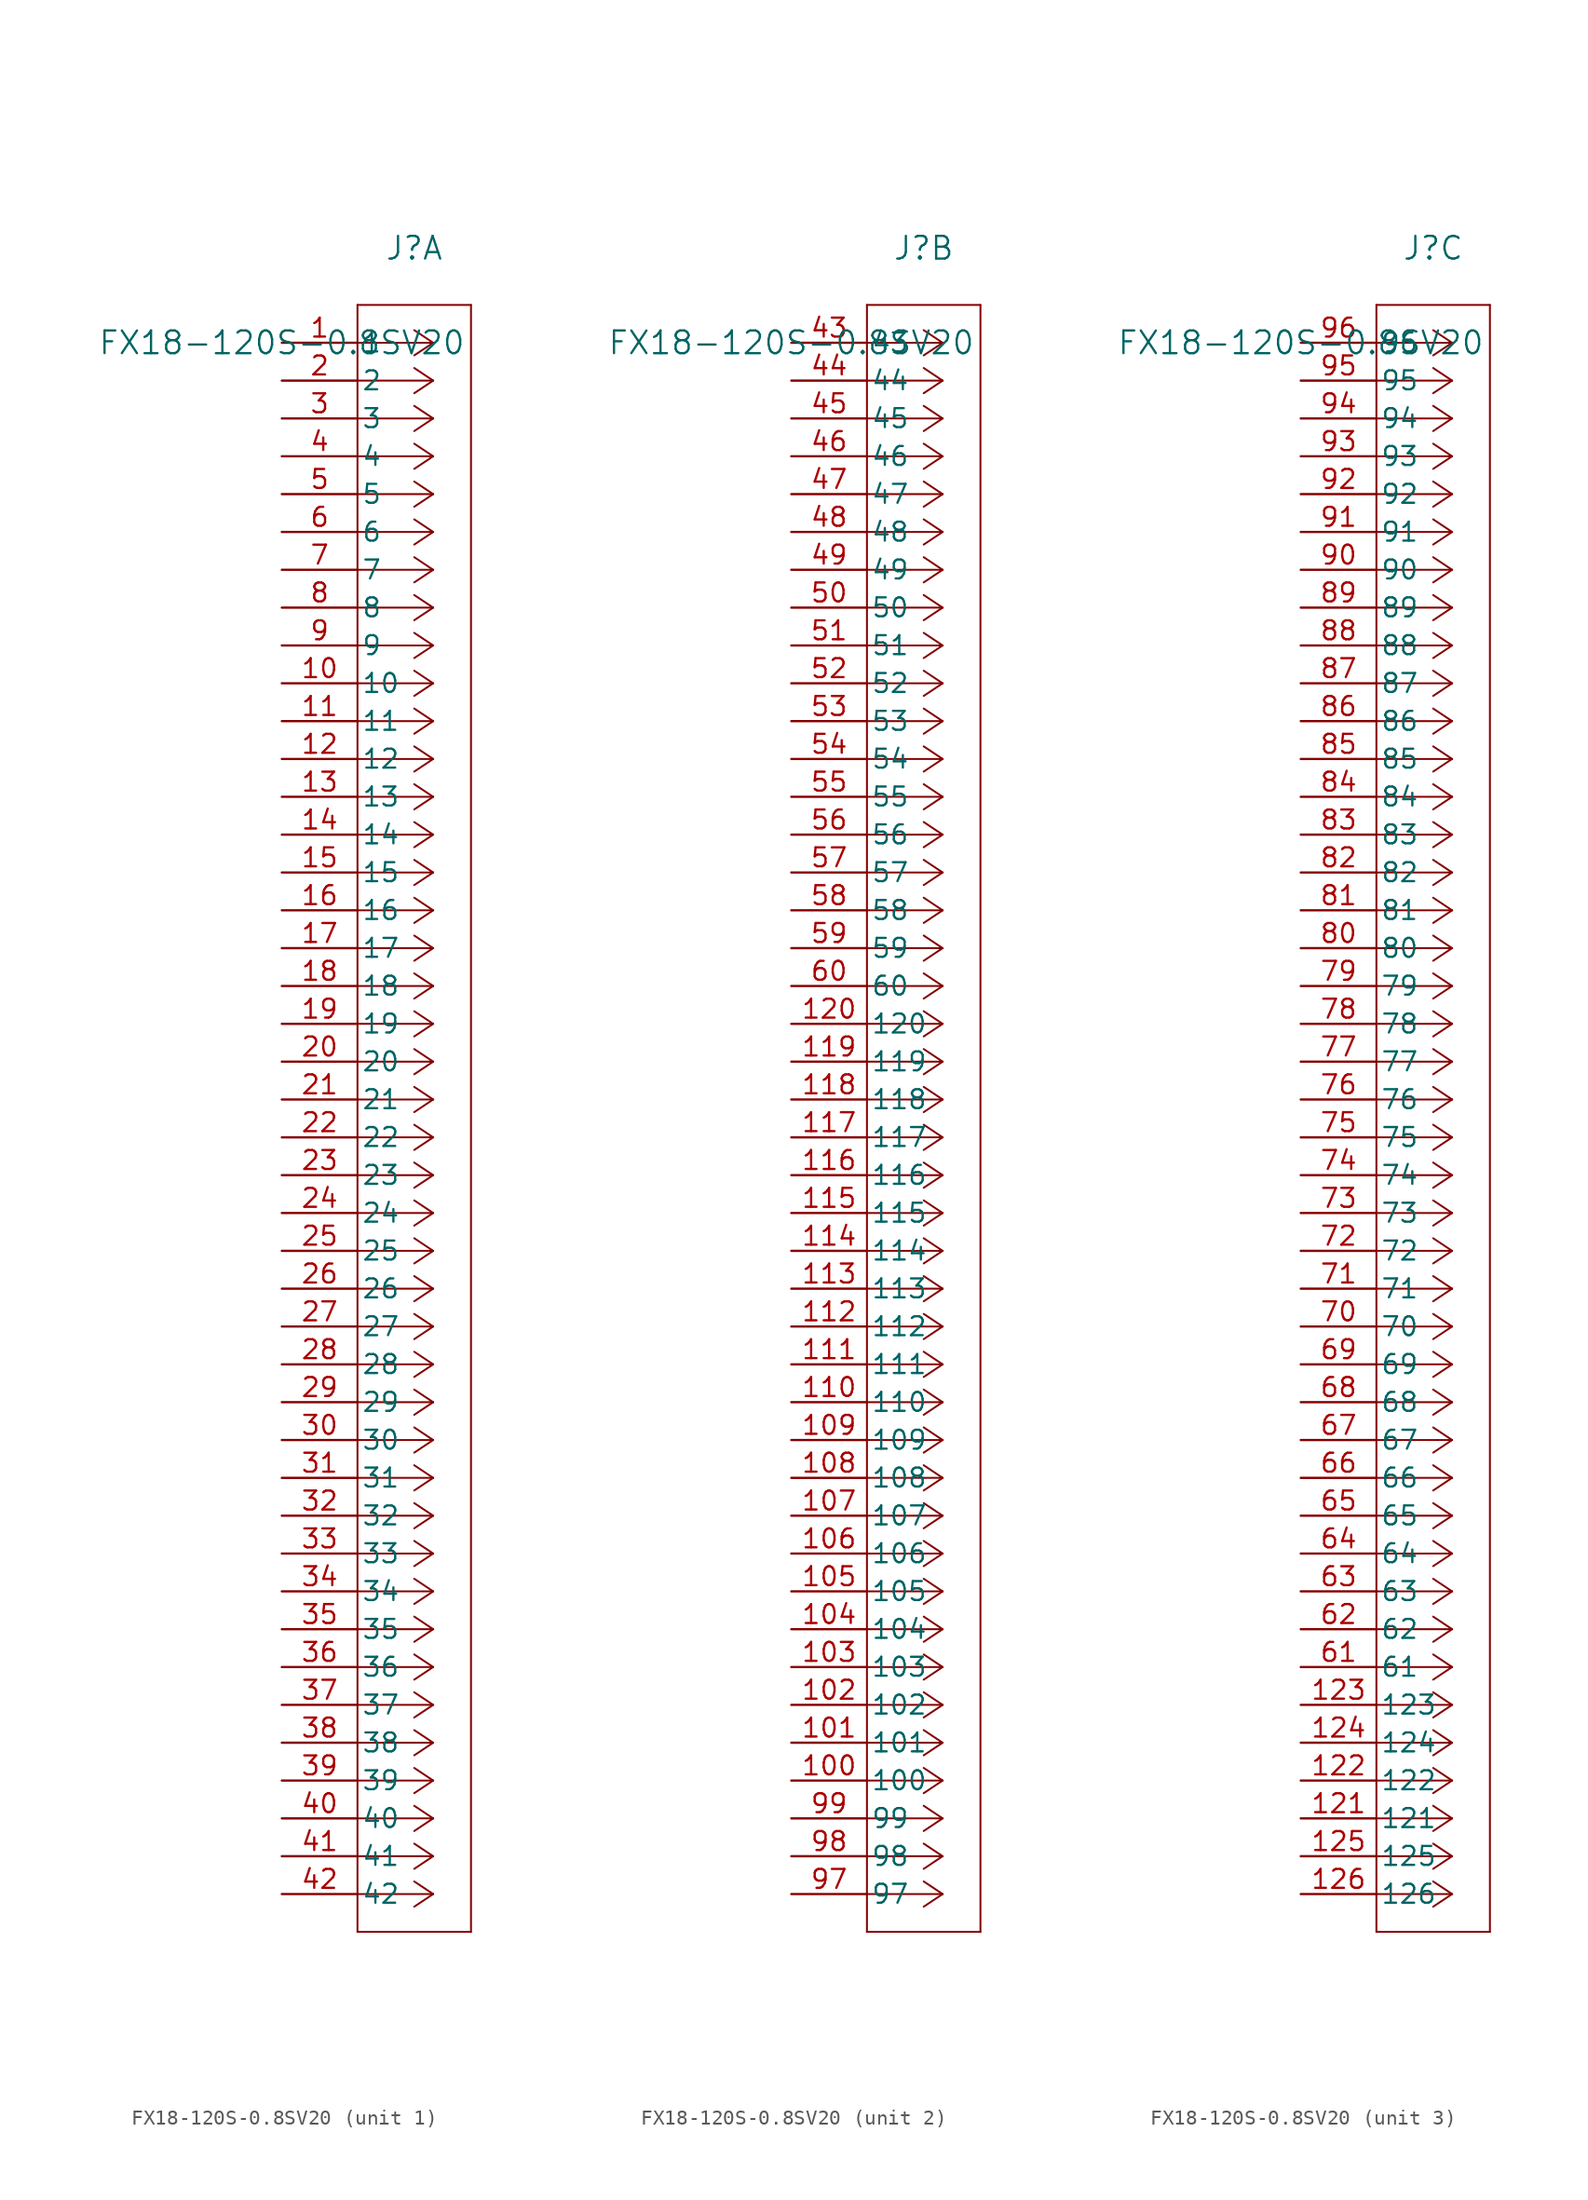
<source format=kicad_sym>
(kicad_symbol_lib
  (version 20231120)
  (generator "kicad_symbol_editor")
  (generator_version "8.0")
  (symbol "FX18-120S-0.8SV20"
    (pin_names
      (offset 0.254))
    (property "Reference" "J"
      (at 8.89 6.35 0)
      (effects (font (size 1.524 1.524))))
    (property "Value" "FX18-120S-0.8SV20"
      (at 0 0 0)
      (effects (font (size 1.524 1.524))))
    (property "ki_locked" ""
      (at 0 0 0)
      (effects (font (size 1.27 1.27))))
    (symbol "FX18-120S-0.8SV20_1_1"
      (polyline (pts (xy 5.08 -106.68) (xy 12.7 -106.68)) (stroke (width 0.127) (type default)) (fill (type none)))
      (polyline (pts (xy 5.08 2.54) (xy 5.08 -106.68)) (stroke (width 0.127) (type default)) (fill (type none)))
      (polyline (pts (xy 10.16 -104.14) (xy 5.08 -104.14)) (stroke (width 0.127) (type default)) (fill (type none)))
      (polyline (pts (xy 10.16 -104.14) (xy 8.89 -104.987)) (stroke (width 0.127) (type default)) (fill (type none)))
      (polyline (pts (xy 10.16 -104.14) (xy 8.89 -103.293)) (stroke (width 0.127) (type default)) (fill (type none)))
      (polyline (pts (xy 10.16 -101.6) (xy 5.08 -101.6)) (stroke (width 0.127) (type default)) (fill (type none)))
      (polyline (pts (xy 10.16 -101.6) (xy 8.89 -102.447)) (stroke (width 0.127) (type default)) (fill (type none)))
      (polyline (pts (xy 10.16 -101.6) (xy 8.89 -100.753)) (stroke (width 0.127) (type default)) (fill (type none)))
      (polyline (pts (xy 10.16 -99.06) (xy 5.08 -99.06)) (stroke (width 0.127) (type default)) (fill (type none)))
      (polyline (pts (xy 10.16 -99.06) (xy 8.89 -99.907)) (stroke (width 0.127) (type default)) (fill (type none)))
      (polyline (pts (xy 10.16 -99.06) (xy 8.89 -98.213)) (stroke (width 0.127) (type default)) (fill (type none)))
      (polyline (pts (xy 10.16 -96.52) (xy 5.08 -96.52)) (stroke (width 0.127) (type default)) (fill (type none)))
      (polyline (pts (xy 10.16 -96.52) (xy 8.89 -97.367)) (stroke (width 0.127) (type default)) (fill (type none)))
      (polyline (pts (xy 10.16 -96.52) (xy 8.89 -95.673)) (stroke (width 0.127) (type default)) (fill (type none)))
      (polyline (pts (xy 10.16 -93.98) (xy 5.08 -93.98)) (stroke (width 0.127) (type default)) (fill (type none)))
      (polyline (pts (xy 10.16 -93.98) (xy 8.89 -94.827)) (stroke (width 0.127) (type default)) (fill (type none)))
      (polyline (pts (xy 10.16 -93.98) (xy 8.89 -93.133)) (stroke (width 0.127) (type default)) (fill (type none)))
      (polyline (pts (xy 10.16 -91.44) (xy 5.08 -91.44)) (stroke (width 0.127) (type default)) (fill (type none)))
      (polyline (pts (xy 10.16 -91.44) (xy 8.89 -92.287)) (stroke (width 0.127) (type default)) (fill (type none)))
      (polyline (pts (xy 10.16 -91.44) (xy 8.89 -90.593)) (stroke (width 0.127) (type default)) (fill (type none)))
      (polyline (pts (xy 10.16 -88.9) (xy 5.08 -88.9)) (stroke (width 0.127) (type default)) (fill (type none)))
      (polyline (pts (xy 10.16 -88.9) (xy 8.89 -89.747)) (stroke (width 0.127) (type default)) (fill (type none)))
      (polyline (pts (xy 10.16 -88.9) (xy 8.89 -88.053)) (stroke (width 0.127) (type default)) (fill (type none)))
      (polyline (pts (xy 10.16 -86.36) (xy 5.08 -86.36)) (stroke (width 0.127) (type default)) (fill (type none)))
      (polyline (pts (xy 10.16 -86.36) (xy 8.89 -87.207)) (stroke (width 0.127) (type default)) (fill (type none)))
      (polyline (pts (xy 10.16 -86.36) (xy 8.89 -85.513)) (stroke (width 0.127) (type default)) (fill (type none)))
      (polyline (pts (xy 10.16 -83.82) (xy 5.08 -83.82)) (stroke (width 0.127) (type default)) (fill (type none)))
      (polyline (pts (xy 10.16 -83.82) (xy 8.89 -84.667)) (stroke (width 0.127) (type default)) (fill (type none)))
      (polyline (pts (xy 10.16 -83.82) (xy 8.89 -82.973)) (stroke (width 0.127) (type default)) (fill (type none)))
      (polyline (pts (xy 10.16 -81.28) (xy 5.08 -81.28)) (stroke (width 0.127) (type default)) (fill (type none)))
      (polyline (pts (xy 10.16 -81.28) (xy 8.89 -82.127)) (stroke (width 0.127) (type default)) (fill (type none)))
      (polyline (pts (xy 10.16 -81.28) (xy 8.89 -80.433)) (stroke (width 0.127) (type default)) (fill (type none)))
      (polyline (pts (xy 10.16 -78.74) (xy 5.08 -78.74)) (stroke (width 0.127) (type default)) (fill (type none)))
      (polyline (pts (xy 10.16 -78.74) (xy 8.89 -79.587)) (stroke (width 0.127) (type default)) (fill (type none)))
      (polyline (pts (xy 10.16 -78.74) (xy 8.89 -77.893)) (stroke (width 0.127) (type default)) (fill (type none)))
      (polyline (pts (xy 10.16 -76.2) (xy 5.08 -76.2)) (stroke (width 0.127) (type default)) (fill (type none)))
      (polyline (pts (xy 10.16 -76.2) (xy 8.89 -77.047)) (stroke (width 0.127) (type default)) (fill (type none)))
      (polyline (pts (xy 10.16 -76.2) (xy 8.89 -75.353)) (stroke (width 0.127) (type default)) (fill (type none)))
      (polyline (pts (xy 10.16 -73.66) (xy 5.08 -73.66)) (stroke (width 0.127) (type default)) (fill (type none)))
      (polyline (pts (xy 10.16 -73.66) (xy 8.89 -74.507)) (stroke (width 0.127) (type default)) (fill (type none)))
      (polyline (pts (xy 10.16 -73.66) (xy 8.89 -72.813)) (stroke (width 0.127) (type default)) (fill (type none)))
      (polyline (pts (xy 10.16 -71.12) (xy 5.08 -71.12)) (stroke (width 0.127) (type default)) (fill (type none)))
      (polyline (pts (xy 10.16 -71.12) (xy 8.89 -71.967)) (stroke (width 0.127) (type default)) (fill (type none)))
      (polyline (pts (xy 10.16 -71.12) (xy 8.89 -70.273)) (stroke (width 0.127) (type default)) (fill (type none)))
      (polyline (pts (xy 10.16 -68.58) (xy 5.08 -68.58)) (stroke (width 0.127) (type default)) (fill (type none)))
      (polyline (pts (xy 10.16 -68.58) (xy 8.89 -69.427)) (stroke (width 0.127) (type default)) (fill (type none)))
      (polyline (pts (xy 10.16 -68.58) (xy 8.89 -67.733)) (stroke (width 0.127) (type default)) (fill (type none)))
      (polyline (pts (xy 10.16 -66.04) (xy 5.08 -66.04)) (stroke (width 0.127) (type default)) (fill (type none)))
      (polyline (pts (xy 10.16 -66.04) (xy 8.89 -66.887)) (stroke (width 0.127) (type default)) (fill (type none)))
      (polyline (pts (xy 10.16 -66.04) (xy 8.89 -65.193)) (stroke (width 0.127) (type default)) (fill (type none)))
      (polyline (pts (xy 10.16 -63.5) (xy 5.08 -63.5)) (stroke (width 0.127) (type default)) (fill (type none)))
      (polyline (pts (xy 10.16 -63.5) (xy 8.89 -64.347)) (stroke (width 0.127) (type default)) (fill (type none)))
      (polyline (pts (xy 10.16 -63.5) (xy 8.89 -62.653)) (stroke (width 0.127) (type default)) (fill (type none)))
      (polyline (pts (xy 10.16 -60.96) (xy 5.08 -60.96)) (stroke (width 0.127) (type default)) (fill (type none)))
      (polyline (pts (xy 10.16 -60.96) (xy 8.89 -61.807)) (stroke (width 0.127) (type default)) (fill (type none)))
      (polyline (pts (xy 10.16 -60.96) (xy 8.89 -60.113)) (stroke (width 0.127) (type default)) (fill (type none)))
      (polyline (pts (xy 10.16 -58.42) (xy 5.08 -58.42)) (stroke (width 0.127) (type default)) (fill (type none)))
      (polyline (pts (xy 10.16 -58.42) (xy 8.89 -59.267)) (stroke (width 0.127) (type default)) (fill (type none)))
      (polyline (pts (xy 10.16 -58.42) (xy 8.89 -57.573)) (stroke (width 0.127) (type default)) (fill (type none)))
      (polyline (pts (xy 10.16 -55.88) (xy 5.08 -55.88)) (stroke (width 0.127) (type default)) (fill (type none)))
      (polyline (pts (xy 10.16 -55.88) (xy 8.89 -56.727)) (stroke (width 0.127) (type default)) (fill (type none)))
      (polyline (pts (xy 10.16 -55.88) (xy 8.89 -55.033)) (stroke (width 0.127) (type default)) (fill (type none)))
      (polyline (pts (xy 10.16 -53.34) (xy 5.08 -53.34)) (stroke (width 0.127) (type default)) (fill (type none)))
      (polyline (pts (xy 10.16 -53.34) (xy 8.89 -54.187)) (stroke (width 0.127) (type default)) (fill (type none)))
      (polyline (pts (xy 10.16 -53.34) (xy 8.89 -52.493)) (stroke (width 0.127) (type default)) (fill (type none)))
      (polyline (pts (xy 10.16 -50.8) (xy 5.08 -50.8)) (stroke (width 0.127) (type default)) (fill (type none)))
      (polyline (pts (xy 10.16 -50.8) (xy 8.89 -51.647)) (stroke (width 0.127) (type default)) (fill (type none)))
      (polyline (pts (xy 10.16 -50.8) (xy 8.89 -49.953)) (stroke (width 0.127) (type default)) (fill (type none)))
      (polyline (pts (xy 10.16 -48.26) (xy 5.08 -48.26)) (stroke (width 0.127) (type default)) (fill (type none)))
      (polyline (pts (xy 10.16 -48.26) (xy 8.89 -49.107)) (stroke (width 0.127) (type default)) (fill (type none)))
      (polyline (pts (xy 10.16 -48.26) (xy 8.89 -47.413)) (stroke (width 0.127) (type default)) (fill (type none)))
      (polyline (pts (xy 10.16 -45.72) (xy 5.08 -45.72)) (stroke (width 0.127) (type default)) (fill (type none)))
      (polyline (pts (xy 10.16 -45.72) (xy 8.89 -46.567)) (stroke (width 0.127) (type default)) (fill (type none)))
      (polyline (pts (xy 10.16 -45.72) (xy 8.89 -44.873)) (stroke (width 0.127) (type default)) (fill (type none)))
      (polyline (pts (xy 10.16 -43.18) (xy 5.08 -43.18)) (stroke (width 0.127) (type default)) (fill (type none)))
      (polyline (pts (xy 10.16 -43.18) (xy 8.89 -44.027)) (stroke (width 0.127) (type default)) (fill (type none)))
      (polyline (pts (xy 10.16 -43.18) (xy 8.89 -42.333)) (stroke (width 0.127) (type default)) (fill (type none)))
      (polyline (pts (xy 10.16 -40.64) (xy 5.08 -40.64)) (stroke (width 0.127) (type default)) (fill (type none)))
      (polyline (pts (xy 10.16 -40.64) (xy 8.89 -41.487)) (stroke (width 0.127) (type default)) (fill (type none)))
      (polyline (pts (xy 10.16 -40.64) (xy 8.89 -39.793)) (stroke (width 0.127) (type default)) (fill (type none)))
      (polyline (pts (xy 10.16 -38.1) (xy 5.08 -38.1)) (stroke (width 0.127) (type default)) (fill (type none)))
      (polyline (pts (xy 10.16 -38.1) (xy 8.89 -38.947)) (stroke (width 0.127) (type default)) (fill (type none)))
      (polyline (pts (xy 10.16 -38.1) (xy 8.89 -37.253)) (stroke (width 0.127) (type default)) (fill (type none)))
      (polyline (pts (xy 10.16 -35.56) (xy 5.08 -35.56)) (stroke (width 0.127) (type default)) (fill (type none)))
      (polyline (pts (xy 10.16 -35.56) (xy 8.89 -36.407)) (stroke (width 0.127) (type default)) (fill (type none)))
      (polyline (pts (xy 10.16 -35.56) (xy 8.89 -34.713)) (stroke (width 0.127) (type default)) (fill (type none)))
      (polyline (pts (xy 10.16 -33.02) (xy 5.08 -33.02)) (stroke (width 0.127) (type default)) (fill (type none)))
      (polyline (pts (xy 10.16 -33.02) (xy 8.89 -33.867)) (stroke (width 0.127) (type default)) (fill (type none)))
      (polyline (pts (xy 10.16 -33.02) (xy 8.89 -32.173)) (stroke (width 0.127) (type default)) (fill (type none)))
      (polyline (pts (xy 10.16 -30.48) (xy 5.08 -30.48)) (stroke (width 0.127) (type default)) (fill (type none)))
      (polyline (pts (xy 10.16 -30.48) (xy 8.89 -31.327)) (stroke (width 0.127) (type default)) (fill (type none)))
      (polyline (pts (xy 10.16 -30.48) (xy 8.89 -29.633)) (stroke (width 0.127) (type default)) (fill (type none)))
      (polyline (pts (xy 10.16 -27.94) (xy 5.08 -27.94)) (stroke (width 0.127) (type default)) (fill (type none)))
      (polyline (pts (xy 10.16 -27.94) (xy 8.89 -28.787)) (stroke (width 0.127) (type default)) (fill (type none)))
      (polyline (pts (xy 10.16 -27.94) (xy 8.89 -27.093)) (stroke (width 0.127) (type default)) (fill (type none)))
      (polyline (pts (xy 10.16 -25.4) (xy 5.08 -25.4)) (stroke (width 0.127) (type default)) (fill (type none)))
      (polyline (pts (xy 10.16 -25.4) (xy 8.89 -26.247)) (stroke (width 0.127) (type default)) (fill (type none)))
      (polyline (pts (xy 10.16 -25.4) (xy 8.89 -24.553)) (stroke (width 0.127) (type default)) (fill (type none)))
      (polyline (pts (xy 10.16 -22.86) (xy 5.08 -22.86)) (stroke (width 0.127) (type default)) (fill (type none)))
      (polyline (pts (xy 10.16 -22.86) (xy 8.89 -23.707)) (stroke (width 0.127) (type default)) (fill (type none)))
      (polyline (pts (xy 10.16 -22.86) (xy 8.89 -22.013)) (stroke (width 0.127) (type default)) (fill (type none)))
      (polyline (pts (xy 10.16 -20.32) (xy 5.08 -20.32)) (stroke (width 0.127) (type default)) (fill (type none)))
      (polyline (pts (xy 10.16 -20.32) (xy 8.89 -21.167)) (stroke (width 0.127) (type default)) (fill (type none)))
      (polyline (pts (xy 10.16 -20.32) (xy 8.89 -19.473)) (stroke (width 0.127) (type default)) (fill (type none)))
      (polyline (pts (xy 10.16 -17.78) (xy 5.08 -17.78)) (stroke (width 0.127) (type default)) (fill (type none)))
      (polyline (pts (xy 10.16 -17.78) (xy 8.89 -18.627)) (stroke (width 0.127) (type default)) (fill (type none)))
      (polyline (pts (xy 10.16 -17.78) (xy 8.89 -16.933)) (stroke (width 0.127) (type default)) (fill (type none)))
      (polyline (pts (xy 10.16 -15.24) (xy 5.08 -15.24)) (stroke (width 0.127) (type default)) (fill (type none)))
      (polyline (pts (xy 10.16 -15.24) (xy 8.89 -16.087)) (stroke (width 0.127) (type default)) (fill (type none)))
      (polyline (pts (xy 10.16 -15.24) (xy 8.89 -14.393)) (stroke (width 0.127) (type default)) (fill (type none)))
      (polyline (pts (xy 10.16 -12.7) (xy 5.08 -12.7)) (stroke (width 0.127) (type default)) (fill (type none)))
      (polyline (pts (xy 10.16 -12.7) (xy 8.89 -13.547)) (stroke (width 0.127) (type default)) (fill (type none)))
      (polyline (pts (xy 10.16 -12.7) (xy 8.89 -11.853)) (stroke (width 0.127) (type default)) (fill (type none)))
      (polyline (pts (xy 10.16 -10.16) (xy 5.08 -10.16)) (stroke (width 0.127) (type default)) (fill (type none)))
      (polyline (pts (xy 10.16 -10.16) (xy 8.89 -11.007)) (stroke (width 0.127) (type default)) (fill (type none)))
      (polyline (pts (xy 10.16 -10.16) (xy 8.89 -9.313)) (stroke (width 0.127) (type default)) (fill (type none)))
      (polyline (pts (xy 10.16 -7.62) (xy 5.08 -7.62)) (stroke (width 0.127) (type default)) (fill (type none)))
      (polyline (pts (xy 10.16 -7.62) (xy 8.89 -8.467)) (stroke (width 0.127) (type default)) (fill (type none)))
      (polyline (pts (xy 10.16 -7.62) (xy 8.89 -6.773)) (stroke (width 0.127) (type default)) (fill (type none)))
      (polyline (pts (xy 10.16 -5.08) (xy 5.08 -5.08)) (stroke (width 0.127) (type default)) (fill (type none)))
      (polyline (pts (xy 10.16 -5.08) (xy 8.89 -5.927)) (stroke (width 0.127) (type default)) (fill (type none)))
      (polyline (pts (xy 10.16 -5.08) (xy 8.89 -4.233)) (stroke (width 0.127) (type default)) (fill (type none)))
      (polyline (pts (xy 10.16 -2.54) (xy 5.08 -2.54)) (stroke (width 0.127) (type default)) (fill (type none)))
      (polyline (pts (xy 10.16 -2.54) (xy 8.89 -3.387)) (stroke (width 0.127) (type default)) (fill (type none)))
      (polyline (pts (xy 10.16 -2.54) (xy 8.89 -1.693)) (stroke (width 0.127) (type default)) (fill (type none)))
      (polyline (pts (xy 10.16 0) (xy 5.08 0)) (stroke (width 0.127) (type default)) (fill (type none)))
      (polyline (pts (xy 10.16 0) (xy 8.89 -0.847)) (stroke (width 0.127) (type default)) (fill (type none)))
      (polyline (pts (xy 10.16 0) (xy 8.89 0.847)) (stroke (width 0.127) (type default)) (fill (type none)))
      (polyline (pts (xy 12.7 -106.68) (xy 12.7 2.54)) (stroke (width 0.127) (type default)) (fill (type none)))
      (polyline (pts (xy 12.7 2.54) (xy 5.08 2.54)) (stroke (width 0.127) (type default)) (fill (type none)))
      (pin passive line (at 0 0 0) (length 5.08) (name "1" (effects (font (size 1.27 1.27)))) (number "1" (effects (font (size 1.27 1.27)))))
      (pin passive line (at 0 -22.86 0) (length 5.08) (name "10" (effects (font (size 1.27 1.27)))) (number "10" (effects (font (size 1.27 1.27)))))
      (pin passive line (at 0 -25.4 0) (length 5.08) (name "11" (effects (font (size 1.27 1.27)))) (number "11" (effects (font (size 1.27 1.27)))))
      (pin passive line (at 0 -27.94 0) (length 5.08) (name "12" (effects (font (size 1.27 1.27)))) (number "12" (effects (font (size 1.27 1.27)))))
      (pin passive line (at 0 -30.48 0) (length 5.08) (name "13" (effects (font (size 1.27 1.27)))) (number "13" (effects (font (size 1.27 1.27)))))
      (pin passive line (at 0 -33.02 0) (length 5.08) (name "14" (effects (font (size 1.27 1.27)))) (number "14" (effects (font (size 1.27 1.27)))))
      (pin passive line (at 0 -35.56 0) (length 5.08) (name "15" (effects (font (size 1.27 1.27)))) (number "15" (effects (font (size 1.27 1.27)))))
      (pin passive line (at 0 -38.1 0) (length 5.08) (name "16" (effects (font (size 1.27 1.27)))) (number "16" (effects (font (size 1.27 1.27)))))
      (pin passive line (at 0 -40.64 0) (length 5.08) (name "17" (effects (font (size 1.27 1.27)))) (number "17" (effects (font (size 1.27 1.27)))))
      (pin passive line (at 0 -43.18 0) (length 5.08) (name "18" (effects (font (size 1.27 1.27)))) (number "18" (effects (font (size 1.27 1.27)))))
      (pin passive line (at 0 -45.72 0) (length 5.08) (name "19" (effects (font (size 1.27 1.27)))) (number "19" (effects (font (size 1.27 1.27)))))
      (pin passive line (at 0 -2.54 0) (length 5.08) (name "2" (effects (font (size 1.27 1.27)))) (number "2" (effects (font (size 1.27 1.27)))))
      (pin passive line (at 0 -48.26 0) (length 5.08) (name "20" (effects (font (size 1.27 1.27)))) (number "20" (effects (font (size 1.27 1.27)))))
      (pin passive line (at 0 -50.8 0) (length 5.08) (name "21" (effects (font (size 1.27 1.27)))) (number "21" (effects (font (size 1.27 1.27)))))
      (pin passive line (at 0 -53.34 0) (length 5.08) (name "22" (effects (font (size 1.27 1.27)))) (number "22" (effects (font (size 1.27 1.27)))))
      (pin passive line (at 0 -55.88 0) (length 5.08) (name "23" (effects (font (size 1.27 1.27)))) (number "23" (effects (font (size 1.27 1.27)))))
      (pin passive line (at 0 -58.42 0) (length 5.08) (name "24" (effects (font (size 1.27 1.27)))) (number "24" (effects (font (size 1.27 1.27)))))
      (pin passive line (at 0 -60.96 0) (length 5.08) (name "25" (effects (font (size 1.27 1.27)))) (number "25" (effects (font (size 1.27 1.27)))))
      (pin passive line (at 0 -63.5 0) (length 5.08) (name "26" (effects (font (size 1.27 1.27)))) (number "26" (effects (font (size 1.27 1.27)))))
      (pin passive line (at 0 -66.04 0) (length 5.08) (name "27" (effects (font (size 1.27 1.27)))) (number "27" (effects (font (size 1.27 1.27)))))
      (pin passive line (at 0 -68.58 0) (length 5.08) (name "28" (effects (font (size 1.27 1.27)))) (number "28" (effects (font (size 1.27 1.27)))))
      (pin passive line (at 0 -71.12 0) (length 5.08) (name "29" (effects (font (size 1.27 1.27)))) (number "29" (effects (font (size 1.27 1.27)))))
      (pin passive line (at 0 -5.08 0) (length 5.08) (name "3" (effects (font (size 1.27 1.27)))) (number "3" (effects (font (size 1.27 1.27)))))
      (pin passive line (at 0 -73.66 0) (length 5.08) (name "30" (effects (font (size 1.27 1.27)))) (number "30" (effects (font (size 1.27 1.27)))))
      (pin passive line (at 0 -76.2 0) (length 5.08) (name "31" (effects (font (size 1.27 1.27)))) (number "31" (effects (font (size 1.27 1.27)))))
      (pin passive line (at 0 -78.74 0) (length 5.08) (name "32" (effects (font (size 1.27 1.27)))) (number "32" (effects (font (size 1.27 1.27)))))
      (pin passive line (at 0 -81.28 0) (length 5.08) (name "33" (effects (font (size 1.27 1.27)))) (number "33" (effects (font (size 1.27 1.27)))))
      (pin passive line (at 0 -83.82 0) (length 5.08) (name "34" (effects (font (size 1.27 1.27)))) (number "34" (effects (font (size 1.27 1.27)))))
      (pin passive line (at 0 -86.36 0) (length 5.08) (name "35" (effects (font (size 1.27 1.27)))) (number "35" (effects (font (size 1.27 1.27)))))
      (pin passive line (at 0 -88.9 0) (length 5.08) (name "36" (effects (font (size 1.27 1.27)))) (number "36" (effects (font (size 1.27 1.27)))))
      (pin passive line (at 0 -91.44 0) (length 5.08) (name "37" (effects (font (size 1.27 1.27)))) (number "37" (effects (font (size 1.27 1.27)))))
      (pin passive line (at 0 -93.98 0) (length 5.08) (name "38" (effects (font (size 1.27 1.27)))) (number "38" (effects (font (size 1.27 1.27)))))
      (pin passive line (at 0 -96.52 0) (length 5.08) (name "39" (effects (font (size 1.27 1.27)))) (number "39" (effects (font (size 1.27 1.27)))))
      (pin passive line (at 0 -7.62 0) (length 5.08) (name "4" (effects (font (size 1.27 1.27)))) (number "4" (effects (font (size 1.27 1.27)))))
      (pin passive line (at 0 -99.06 0) (length 5.08) (name "40" (effects (font (size 1.27 1.27)))) (number "40" (effects (font (size 1.27 1.27)))))
      (pin passive line (at 0 -101.6 0) (length 5.08) (name "41" (effects (font (size 1.27 1.27)))) (number "41" (effects (font (size 1.27 1.27)))))
      (pin passive line (at 0 -104.14 0) (length 5.08) (name "42" (effects (font (size 1.27 1.27)))) (number "42" (effects (font (size 1.27 1.27)))))
      (pin passive line (at 0 -10.16 0) (length 5.08) (name "5" (effects (font (size 1.27 1.27)))) (number "5" (effects (font (size 1.27 1.27)))))
      (pin passive line (at 0 -12.7 0) (length 5.08) (name "6" (effects (font (size 1.27 1.27)))) (number "6" (effects (font (size 1.27 1.27)))))
      (pin passive line (at 0 -15.24 0) (length 5.08) (name "7" (effects (font (size 1.27 1.27)))) (number "7" (effects (font (size 1.27 1.27)))))
      (pin passive line (at 0 -17.78 0) (length 5.08) (name "8" (effects (font (size 1.27 1.27)))) (number "8" (effects (font (size 1.27 1.27)))))
      (pin passive line (at 0 -20.32 0) (length 5.08) (name "9" (effects (font (size 1.27 1.27)))) (number "9" (effects (font (size 1.27 1.27))))))
    (symbol "FX18-120S-0.8SV20_2_1"
      (polyline (pts (xy 5.08 -106.68) (xy 12.7 -106.68)) (stroke (width 0.127) (type default)) (fill (type none)))
      (polyline (pts (xy 5.08 2.54) (xy 5.08 -106.68)) (stroke (width 0.127) (type default)) (fill (type none)))
      (polyline (pts (xy 10.16 -104.14) (xy 5.08 -104.14)) (stroke (width 0.127) (type default)) (fill (type none)))
      (polyline (pts (xy 10.16 -104.14) (xy 8.89 -104.987)) (stroke (width 0.127) (type default)) (fill (type none)))
      (polyline (pts (xy 10.16 -104.14) (xy 8.89 -103.293)) (stroke (width 0.127) (type default)) (fill (type none)))
      (polyline (pts (xy 10.16 -101.6) (xy 5.08 -101.6)) (stroke (width 0.127) (type default)) (fill (type none)))
      (polyline (pts (xy 10.16 -101.6) (xy 8.89 -102.447)) (stroke (width 0.127) (type default)) (fill (type none)))
      (polyline (pts (xy 10.16 -101.6) (xy 8.89 -100.753)) (stroke (width 0.127) (type default)) (fill (type none)))
      (polyline (pts (xy 10.16 -99.06) (xy 5.08 -99.06)) (stroke (width 0.127) (type default)) (fill (type none)))
      (polyline (pts (xy 10.16 -99.06) (xy 8.89 -99.907)) (stroke (width 0.127) (type default)) (fill (type none)))
      (polyline (pts (xy 10.16 -99.06) (xy 8.89 -98.213)) (stroke (width 0.127) (type default)) (fill (type none)))
      (polyline (pts (xy 10.16 -96.52) (xy 5.08 -96.52)) (stroke (width 0.127) (type default)) (fill (type none)))
      (polyline (pts (xy 10.16 -96.52) (xy 8.89 -97.367)) (stroke (width 0.127) (type default)) (fill (type none)))
      (polyline (pts (xy 10.16 -96.52) (xy 8.89 -95.673)) (stroke (width 0.127) (type default)) (fill (type none)))
      (polyline (pts (xy 10.16 -93.98) (xy 5.08 -93.98)) (stroke (width 0.127) (type default)) (fill (type none)))
      (polyline (pts (xy 10.16 -93.98) (xy 8.89 -94.827)) (stroke (width 0.127) (type default)) (fill (type none)))
      (polyline (pts (xy 10.16 -93.98) (xy 8.89 -93.133)) (stroke (width 0.127) (type default)) (fill (type none)))
      (polyline (pts (xy 10.16 -91.44) (xy 5.08 -91.44)) (stroke (width 0.127) (type default)) (fill (type none)))
      (polyline (pts (xy 10.16 -91.44) (xy 8.89 -92.287)) (stroke (width 0.127) (type default)) (fill (type none)))
      (polyline (pts (xy 10.16 -91.44) (xy 8.89 -90.593)) (stroke (width 0.127) (type default)) (fill (type none)))
      (polyline (pts (xy 10.16 -88.9) (xy 5.08 -88.9)) (stroke (width 0.127) (type default)) (fill (type none)))
      (polyline (pts (xy 10.16 -88.9) (xy 8.89 -89.747)) (stroke (width 0.127) (type default)) (fill (type none)))
      (polyline (pts (xy 10.16 -88.9) (xy 8.89 -88.053)) (stroke (width 0.127) (type default)) (fill (type none)))
      (polyline (pts (xy 10.16 -86.36) (xy 5.08 -86.36)) (stroke (width 0.127) (type default)) (fill (type none)))
      (polyline (pts (xy 10.16 -86.36) (xy 8.89 -87.207)) (stroke (width 0.127) (type default)) (fill (type none)))
      (polyline (pts (xy 10.16 -86.36) (xy 8.89 -85.513)) (stroke (width 0.127) (type default)) (fill (type none)))
      (polyline (pts (xy 10.16 -83.82) (xy 5.08 -83.82)) (stroke (width 0.127) (type default)) (fill (type none)))
      (polyline (pts (xy 10.16 -83.82) (xy 8.89 -84.667)) (stroke (width 0.127) (type default)) (fill (type none)))
      (polyline (pts (xy 10.16 -83.82) (xy 8.89 -82.973)) (stroke (width 0.127) (type default)) (fill (type none)))
      (polyline (pts (xy 10.16 -81.28) (xy 5.08 -81.28)) (stroke (width 0.127) (type default)) (fill (type none)))
      (polyline (pts (xy 10.16 -81.28) (xy 8.89 -82.127)) (stroke (width 0.127) (type default)) (fill (type none)))
      (polyline (pts (xy 10.16 -81.28) (xy 8.89 -80.433)) (stroke (width 0.127) (type default)) (fill (type none)))
      (polyline (pts (xy 10.16 -78.74) (xy 5.08 -78.74)) (stroke (width 0.127) (type default)) (fill (type none)))
      (polyline (pts (xy 10.16 -78.74) (xy 8.89 -79.587)) (stroke (width 0.127) (type default)) (fill (type none)))
      (polyline (pts (xy 10.16 -78.74) (xy 8.89 -77.893)) (stroke (width 0.127) (type default)) (fill (type none)))
      (polyline (pts (xy 10.16 -76.2) (xy 5.08 -76.2)) (stroke (width 0.127) (type default)) (fill (type none)))
      (polyline (pts (xy 10.16 -76.2) (xy 8.89 -77.047)) (stroke (width 0.127) (type default)) (fill (type none)))
      (polyline (pts (xy 10.16 -76.2) (xy 8.89 -75.353)) (stroke (width 0.127) (type default)) (fill (type none)))
      (polyline (pts (xy 10.16 -73.66) (xy 5.08 -73.66)) (stroke (width 0.127) (type default)) (fill (type none)))
      (polyline (pts (xy 10.16 -73.66) (xy 8.89 -74.507)) (stroke (width 0.127) (type default)) (fill (type none)))
      (polyline (pts (xy 10.16 -73.66) (xy 8.89 -72.813)) (stroke (width 0.127) (type default)) (fill (type none)))
      (polyline (pts (xy 10.16 -71.12) (xy 5.08 -71.12)) (stroke (width 0.127) (type default)) (fill (type none)))
      (polyline (pts (xy 10.16 -71.12) (xy 8.89 -71.967)) (stroke (width 0.127) (type default)) (fill (type none)))
      (polyline (pts (xy 10.16 -71.12) (xy 8.89 -70.273)) (stroke (width 0.127) (type default)) (fill (type none)))
      (polyline (pts (xy 10.16 -68.58) (xy 5.08 -68.58)) (stroke (width 0.127) (type default)) (fill (type none)))
      (polyline (pts (xy 10.16 -68.58) (xy 8.89 -69.427)) (stroke (width 0.127) (type default)) (fill (type none)))
      (polyline (pts (xy 10.16 -68.58) (xy 8.89 -67.733)) (stroke (width 0.127) (type default)) (fill (type none)))
      (polyline (pts (xy 10.16 -66.04) (xy 5.08 -66.04)) (stroke (width 0.127) (type default)) (fill (type none)))
      (polyline (pts (xy 10.16 -66.04) (xy 8.89 -66.887)) (stroke (width 0.127) (type default)) (fill (type none)))
      (polyline (pts (xy 10.16 -66.04) (xy 8.89 -65.193)) (stroke (width 0.127) (type default)) (fill (type none)))
      (polyline (pts (xy 10.16 -63.5) (xy 5.08 -63.5)) (stroke (width 0.127) (type default)) (fill (type none)))
      (polyline (pts (xy 10.16 -63.5) (xy 8.89 -64.347)) (stroke (width 0.127) (type default)) (fill (type none)))
      (polyline (pts (xy 10.16 -63.5) (xy 8.89 -62.653)) (stroke (width 0.127) (type default)) (fill (type none)))
      (polyline (pts (xy 10.16 -60.96) (xy 5.08 -60.96)) (stroke (width 0.127) (type default)) (fill (type none)))
      (polyline (pts (xy 10.16 -60.96) (xy 8.89 -61.807)) (stroke (width 0.127) (type default)) (fill (type none)))
      (polyline (pts (xy 10.16 -60.96) (xy 8.89 -60.113)) (stroke (width 0.127) (type default)) (fill (type none)))
      (polyline (pts (xy 10.16 -58.42) (xy 5.08 -58.42)) (stroke (width 0.127) (type default)) (fill (type none)))
      (polyline (pts (xy 10.16 -58.42) (xy 8.89 -59.267)) (stroke (width 0.127) (type default)) (fill (type none)))
      (polyline (pts (xy 10.16 -58.42) (xy 8.89 -57.573)) (stroke (width 0.127) (type default)) (fill (type none)))
      (polyline (pts (xy 10.16 -55.88) (xy 5.08 -55.88)) (stroke (width 0.127) (type default)) (fill (type none)))
      (polyline (pts (xy 10.16 -55.88) (xy 8.89 -56.727)) (stroke (width 0.127) (type default)) (fill (type none)))
      (polyline (pts (xy 10.16 -55.88) (xy 8.89 -55.033)) (stroke (width 0.127) (type default)) (fill (type none)))
      (polyline (pts (xy 10.16 -53.34) (xy 5.08 -53.34)) (stroke (width 0.127) (type default)) (fill (type none)))
      (polyline (pts (xy 10.16 -53.34) (xy 8.89 -54.187)) (stroke (width 0.127) (type default)) (fill (type none)))
      (polyline (pts (xy 10.16 -53.34) (xy 8.89 -52.493)) (stroke (width 0.127) (type default)) (fill (type none)))
      (polyline (pts (xy 10.16 -50.8) (xy 5.08 -50.8)) (stroke (width 0.127) (type default)) (fill (type none)))
      (polyline (pts (xy 10.16 -50.8) (xy 8.89 -51.647)) (stroke (width 0.127) (type default)) (fill (type none)))
      (polyline (pts (xy 10.16 -50.8) (xy 8.89 -49.953)) (stroke (width 0.127) (type default)) (fill (type none)))
      (polyline (pts (xy 10.16 -48.26) (xy 5.08 -48.26)) (stroke (width 0.127) (type default)) (fill (type none)))
      (polyline (pts (xy 10.16 -48.26) (xy 8.89 -49.107)) (stroke (width 0.127) (type default)) (fill (type none)))
      (polyline (pts (xy 10.16 -48.26) (xy 8.89 -47.413)) (stroke (width 0.127) (type default)) (fill (type none)))
      (polyline (pts (xy 10.16 -45.72) (xy 5.08 -45.72)) (stroke (width 0.127) (type default)) (fill (type none)))
      (polyline (pts (xy 10.16 -45.72) (xy 8.89 -46.567)) (stroke (width 0.127) (type default)) (fill (type none)))
      (polyline (pts (xy 10.16 -45.72) (xy 8.89 -44.873)) (stroke (width 0.127) (type default)) (fill (type none)))
      (polyline (pts (xy 10.16 -43.18) (xy 5.08 -43.18)) (stroke (width 0.127) (type default)) (fill (type none)))
      (polyline (pts (xy 10.16 -43.18) (xy 8.89 -44.027)) (stroke (width 0.127) (type default)) (fill (type none)))
      (polyline (pts (xy 10.16 -43.18) (xy 8.89 -42.333)) (stroke (width 0.127) (type default)) (fill (type none)))
      (polyline (pts (xy 10.16 -40.64) (xy 5.08 -40.64)) (stroke (width 0.127) (type default)) (fill (type none)))
      (polyline (pts (xy 10.16 -40.64) (xy 8.89 -41.487)) (stroke (width 0.127) (type default)) (fill (type none)))
      (polyline (pts (xy 10.16 -40.64) (xy 8.89 -39.793)) (stroke (width 0.127) (type default)) (fill (type none)))
      (polyline (pts (xy 10.16 -38.1) (xy 5.08 -38.1)) (stroke (width 0.127) (type default)) (fill (type none)))
      (polyline (pts (xy 10.16 -38.1) (xy 8.89 -38.947)) (stroke (width 0.127) (type default)) (fill (type none)))
      (polyline (pts (xy 10.16 -38.1) (xy 8.89 -37.253)) (stroke (width 0.127) (type default)) (fill (type none)))
      (polyline (pts (xy 10.16 -35.56) (xy 5.08 -35.56)) (stroke (width 0.127) (type default)) (fill (type none)))
      (polyline (pts (xy 10.16 -35.56) (xy 8.89 -36.407)) (stroke (width 0.127) (type default)) (fill (type none)))
      (polyline (pts (xy 10.16 -35.56) (xy 8.89 -34.713)) (stroke (width 0.127) (type default)) (fill (type none)))
      (polyline (pts (xy 10.16 -33.02) (xy 5.08 -33.02)) (stroke (width 0.127) (type default)) (fill (type none)))
      (polyline (pts (xy 10.16 -33.02) (xy 8.89 -33.867)) (stroke (width 0.127) (type default)) (fill (type none)))
      (polyline (pts (xy 10.16 -33.02) (xy 8.89 -32.173)) (stroke (width 0.127) (type default)) (fill (type none)))
      (polyline (pts (xy 10.16 -30.48) (xy 5.08 -30.48)) (stroke (width 0.127) (type default)) (fill (type none)))
      (polyline (pts (xy 10.16 -30.48) (xy 8.89 -31.327)) (stroke (width 0.127) (type default)) (fill (type none)))
      (polyline (pts (xy 10.16 -30.48) (xy 8.89 -29.633)) (stroke (width 0.127) (type default)) (fill (type none)))
      (polyline (pts (xy 10.16 -27.94) (xy 5.08 -27.94)) (stroke (width 0.127) (type default)) (fill (type none)))
      (polyline (pts (xy 10.16 -27.94) (xy 8.89 -28.787)) (stroke (width 0.127) (type default)) (fill (type none)))
      (polyline (pts (xy 10.16 -27.94) (xy 8.89 -27.093)) (stroke (width 0.127) (type default)) (fill (type none)))
      (polyline (pts (xy 10.16 -25.4) (xy 5.08 -25.4)) (stroke (width 0.127) (type default)) (fill (type none)))
      (polyline (pts (xy 10.16 -25.4) (xy 8.89 -26.247)) (stroke (width 0.127) (type default)) (fill (type none)))
      (polyline (pts (xy 10.16 -25.4) (xy 8.89 -24.553)) (stroke (width 0.127) (type default)) (fill (type none)))
      (polyline (pts (xy 10.16 -22.86) (xy 5.08 -22.86)) (stroke (width 0.127) (type default)) (fill (type none)))
      (polyline (pts (xy 10.16 -22.86) (xy 8.89 -23.707)) (stroke (width 0.127) (type default)) (fill (type none)))
      (polyline (pts (xy 10.16 -22.86) (xy 8.89 -22.013)) (stroke (width 0.127) (type default)) (fill (type none)))
      (polyline (pts (xy 10.16 -20.32) (xy 5.08 -20.32)) (stroke (width 0.127) (type default)) (fill (type none)))
      (polyline (pts (xy 10.16 -20.32) (xy 8.89 -21.167)) (stroke (width 0.127) (type default)) (fill (type none)))
      (polyline (pts (xy 10.16 -20.32) (xy 8.89 -19.473)) (stroke (width 0.127) (type default)) (fill (type none)))
      (polyline (pts (xy 10.16 -17.78) (xy 5.08 -17.78)) (stroke (width 0.127) (type default)) (fill (type none)))
      (polyline (pts (xy 10.16 -17.78) (xy 8.89 -18.627)) (stroke (width 0.127) (type default)) (fill (type none)))
      (polyline (pts (xy 10.16 -17.78) (xy 8.89 -16.933)) (stroke (width 0.127) (type default)) (fill (type none)))
      (polyline (pts (xy 10.16 -15.24) (xy 5.08 -15.24)) (stroke (width 0.127) (type default)) (fill (type none)))
      (polyline (pts (xy 10.16 -15.24) (xy 8.89 -16.087)) (stroke (width 0.127) (type default)) (fill (type none)))
      (polyline (pts (xy 10.16 -15.24) (xy 8.89 -14.393)) (stroke (width 0.127) (type default)) (fill (type none)))
      (polyline (pts (xy 10.16 -12.7) (xy 5.08 -12.7)) (stroke (width 0.127) (type default)) (fill (type none)))
      (polyline (pts (xy 10.16 -12.7) (xy 8.89 -13.547)) (stroke (width 0.127) (type default)) (fill (type none)))
      (polyline (pts (xy 10.16 -12.7) (xy 8.89 -11.853)) (stroke (width 0.127) (type default)) (fill (type none)))
      (polyline (pts (xy 10.16 -10.16) (xy 5.08 -10.16)) (stroke (width 0.127) (type default)) (fill (type none)))
      (polyline (pts (xy 10.16 -10.16) (xy 8.89 -11.007)) (stroke (width 0.127) (type default)) (fill (type none)))
      (polyline (pts (xy 10.16 -10.16) (xy 8.89 -9.313)) (stroke (width 0.127) (type default)) (fill (type none)))
      (polyline (pts (xy 10.16 -7.62) (xy 5.08 -7.62)) (stroke (width 0.127) (type default)) (fill (type none)))
      (polyline (pts (xy 10.16 -7.62) (xy 8.89 -8.467)) (stroke (width 0.127) (type default)) (fill (type none)))
      (polyline (pts (xy 10.16 -7.62) (xy 8.89 -6.773)) (stroke (width 0.127) (type default)) (fill (type none)))
      (polyline (pts (xy 10.16 -5.08) (xy 5.08 -5.08)) (stroke (width 0.127) (type default)) (fill (type none)))
      (polyline (pts (xy 10.16 -5.08) (xy 8.89 -5.927)) (stroke (width 0.127) (type default)) (fill (type none)))
      (polyline (pts (xy 10.16 -5.08) (xy 8.89 -4.233)) (stroke (width 0.127) (type default)) (fill (type none)))
      (polyline (pts (xy 10.16 -2.54) (xy 5.08 -2.54)) (stroke (width 0.127) (type default)) (fill (type none)))
      (polyline (pts (xy 10.16 -2.54) (xy 8.89 -3.387)) (stroke (width 0.127) (type default)) (fill (type none)))
      (polyline (pts (xy 10.16 -2.54) (xy 8.89 -1.693)) (stroke (width 0.127) (type default)) (fill (type none)))
      (polyline (pts (xy 10.16 0) (xy 5.08 0)) (stroke (width 0.127) (type default)) (fill (type none)))
      (polyline (pts (xy 10.16 0) (xy 8.89 -0.847)) (stroke (width 0.127) (type default)) (fill (type none)))
      (polyline (pts (xy 10.16 0) (xy 8.89 0.847)) (stroke (width 0.127) (type default)) (fill (type none)))
      (polyline (pts (xy 12.7 -106.68) (xy 12.7 2.54)) (stroke (width 0.127) (type default)) (fill (type none)))
      (polyline (pts (xy 12.7 2.54) (xy 5.08 2.54)) (stroke (width 0.127) (type default)) (fill (type none)))
      (pin passive line (at 0 -96.52 0) (length 5.08) (name "100" (effects (font (size 1.27 1.27)))) (number "100" (effects (font (size 1.27 1.27)))))
      (pin passive line (at 0 -93.98 0) (length 5.08) (name "101" (effects (font (size 1.27 1.27)))) (number "101" (effects (font (size 1.27 1.27)))))
      (pin passive line (at 0 -91.44 0) (length 5.08) (name "102" (effects (font (size 1.27 1.27)))) (number "102" (effects (font (size 1.27 1.27)))))
      (pin passive line (at 0 -88.9 0) (length 5.08) (name "103" (effects (font (size 1.27 1.27)))) (number "103" (effects (font (size 1.27 1.27)))))
      (pin passive line (at 0 -86.36 0) (length 5.08) (name "104" (effects (font (size 1.27 1.27)))) (number "104" (effects (font (size 1.27 1.27)))))
      (pin passive line (at 0 -83.82 0) (length 5.08) (name "105" (effects (font (size 1.27 1.27)))) (number "105" (effects (font (size 1.27 1.27)))))
      (pin passive line (at 0 -81.28 0) (length 5.08) (name "106" (effects (font (size 1.27 1.27)))) (number "106" (effects (font (size 1.27 1.27)))))
      (pin passive line (at 0 -78.74 0) (length 5.08) (name "107" (effects (font (size 1.27 1.27)))) (number "107" (effects (font (size 1.27 1.27)))))
      (pin passive line (at 0 -76.2 0) (length 5.08) (name "108" (effects (font (size 1.27 1.27)))) (number "108" (effects (font (size 1.27 1.27)))))
      (pin passive line (at 0 -73.66 0) (length 5.08) (name "109" (effects (font (size 1.27 1.27)))) (number "109" (effects (font (size 1.27 1.27)))))
      (pin passive line (at 0 -71.12 0) (length 5.08) (name "110" (effects (font (size 1.27 1.27)))) (number "110" (effects (font (size 1.27 1.27)))))
      (pin passive line (at 0 -68.58 0) (length 5.08) (name "111" (effects (font (size 1.27 1.27)))) (number "111" (effects (font (size 1.27 1.27)))))
      (pin passive line (at 0 -66.04 0) (length 5.08) (name "112" (effects (font (size 1.27 1.27)))) (number "112" (effects (font (size 1.27 1.27)))))
      (pin passive line (at 0 -63.5 0) (length 5.08) (name "113" (effects (font (size 1.27 1.27)))) (number "113" (effects (font (size 1.27 1.27)))))
      (pin passive line (at 0 -60.96 0) (length 5.08) (name "114" (effects (font (size 1.27 1.27)))) (number "114" (effects (font (size 1.27 1.27)))))
      (pin passive line (at 0 -58.42 0) (length 5.08) (name "115" (effects (font (size 1.27 1.27)))) (number "115" (effects (font (size 1.27 1.27)))))
      (pin passive line (at 0 -55.88 0) (length 5.08) (name "116" (effects (font (size 1.27 1.27)))) (number "116" (effects (font (size 1.27 1.27)))))
      (pin passive line (at 0 -53.34 0) (length 5.08) (name "117" (effects (font (size 1.27 1.27)))) (number "117" (effects (font (size 1.27 1.27)))))
      (pin passive line (at 0 -50.8 0) (length 5.08) (name "118" (effects (font (size 1.27 1.27)))) (number "118" (effects (font (size 1.27 1.27)))))
      (pin passive line (at 0 -48.26 0) (length 5.08) (name "119" (effects (font (size 1.27 1.27)))) (number "119" (effects (font (size 1.27 1.27)))))
      (pin passive line (at 0 -45.72 0) (length 5.08) (name "120" (effects (font (size 1.27 1.27)))) (number "120" (effects (font (size 1.27 1.27)))))
      (pin passive line (at 0 0 0) (length 5.08) (name "43" (effects (font (size 1.27 1.27)))) (number "43" (effects (font (size 1.27 1.27)))))
      (pin passive line (at 0 -2.54 0) (length 5.08) (name "44" (effects (font (size 1.27 1.27)))) (number "44" (effects (font (size 1.27 1.27)))))
      (pin passive line (at 0 -5.08 0) (length 5.08) (name "45" (effects (font (size 1.27 1.27)))) (number "45" (effects (font (size 1.27 1.27)))))
      (pin passive line (at 0 -7.62 0) (length 5.08) (name "46" (effects (font (size 1.27 1.27)))) (number "46" (effects (font (size 1.27 1.27)))))
      (pin passive line (at 0 -10.16 0) (length 5.08) (name "47" (effects (font (size 1.27 1.27)))) (number "47" (effects (font (size 1.27 1.27)))))
      (pin passive line (at 0 -12.7 0) (length 5.08) (name "48" (effects (font (size 1.27 1.27)))) (number "48" (effects (font (size 1.27 1.27)))))
      (pin passive line (at 0 -15.24 0) (length 5.08) (name "49" (effects (font (size 1.27 1.27)))) (number "49" (effects (font (size 1.27 1.27)))))
      (pin passive line (at 0 -17.78 0) (length 5.08) (name "50" (effects (font (size 1.27 1.27)))) (number "50" (effects (font (size 1.27 1.27)))))
      (pin passive line (at 0 -20.32 0) (length 5.08) (name "51" (effects (font (size 1.27 1.27)))) (number "51" (effects (font (size 1.27 1.27)))))
      (pin passive line (at 0 -22.86 0) (length 5.08) (name "52" (effects (font (size 1.27 1.27)))) (number "52" (effects (font (size 1.27 1.27)))))
      (pin passive line (at 0 -25.4 0) (length 5.08) (name "53" (effects (font (size 1.27 1.27)))) (number "53" (effects (font (size 1.27 1.27)))))
      (pin passive line (at 0 -27.94 0) (length 5.08) (name "54" (effects (font (size 1.27 1.27)))) (number "54" (effects (font (size 1.27 1.27)))))
      (pin passive line (at 0 -30.48 0) (length 5.08) (name "55" (effects (font (size 1.27 1.27)))) (number "55" (effects (font (size 1.27 1.27)))))
      (pin passive line (at 0 -33.02 0) (length 5.08) (name "56" (effects (font (size 1.27 1.27)))) (number "56" (effects (font (size 1.27 1.27)))))
      (pin passive line (at 0 -35.56 0) (length 5.08) (name "57" (effects (font (size 1.27 1.27)))) (number "57" (effects (font (size 1.27 1.27)))))
      (pin passive line (at 0 -38.1 0) (length 5.08) (name "58" (effects (font (size 1.27 1.27)))) (number "58" (effects (font (size 1.27 1.27)))))
      (pin passive line (at 0 -40.64 0) (length 5.08) (name "59" (effects (font (size 1.27 1.27)))) (number "59" (effects (font (size 1.27 1.27)))))
      (pin passive line (at 0 -43.18 0) (length 5.08) (name "60" (effects (font (size 1.27 1.27)))) (number "60" (effects (font (size 1.27 1.27)))))
      (pin passive line (at 0 -104.14 0) (length 5.08) (name "97" (effects (font (size 1.27 1.27)))) (number "97" (effects (font (size 1.27 1.27)))))
      (pin passive line (at 0 -101.6 0) (length 5.08) (name "98" (effects (font (size 1.27 1.27)))) (number "98" (effects (font (size 1.27 1.27)))))
      (pin passive line (at 0 -99.06 0) (length 5.08) (name "99" (effects (font (size 1.27 1.27)))) (number "99" (effects (font (size 1.27 1.27))))))
    (symbol "FX18-120S-0.8SV20_3_1"
      (polyline (pts (xy 5.08 -106.68) (xy 12.7 -106.68)) (stroke (width 0.127) (type default)) (fill (type none)))
      (polyline (pts (xy 5.08 2.54) (xy 5.08 -106.68)) (stroke (width 0.127) (type default)) (fill (type none)))
      (polyline (pts (xy 10.16 -104.14) (xy 5.08 -104.14)) (stroke (width 0.127) (type default)) (fill (type none)))
      (polyline (pts (xy 10.16 -104.14) (xy 8.89 -104.987)) (stroke (width 0.127) (type default)) (fill (type none)))
      (polyline (pts (xy 10.16 -104.14) (xy 8.89 -103.293)) (stroke (width 0.127) (type default)) (fill (type none)))
      (polyline (pts (xy 10.16 -101.6) (xy 5.08 -101.6)) (stroke (width 0.127) (type default)) (fill (type none)))
      (polyline (pts (xy 10.16 -101.6) (xy 8.89 -102.447)) (stroke (width 0.127) (type default)) (fill (type none)))
      (polyline (pts (xy 10.16 -101.6) (xy 8.89 -100.753)) (stroke (width 0.127) (type default)) (fill (type none)))
      (polyline (pts (xy 10.16 -99.06) (xy 5.08 -99.06)) (stroke (width 0.127) (type default)) (fill (type none)))
      (polyline (pts (xy 10.16 -99.06) (xy 8.89 -99.907)) (stroke (width 0.127) (type default)) (fill (type none)))
      (polyline (pts (xy 10.16 -99.06) (xy 8.89 -98.213)) (stroke (width 0.127) (type default)) (fill (type none)))
      (polyline (pts (xy 10.16 -96.52) (xy 5.08 -96.52)) (stroke (width 0.127) (type default)) (fill (type none)))
      (polyline (pts (xy 10.16 -96.52) (xy 8.89 -97.367)) (stroke (width 0.127) (type default)) (fill (type none)))
      (polyline (pts (xy 10.16 -96.52) (xy 8.89 -95.673)) (stroke (width 0.127) (type default)) (fill (type none)))
      (polyline (pts (xy 10.16 -93.98) (xy 5.08 -93.98)) (stroke (width 0.127) (type default)) (fill (type none)))
      (polyline (pts (xy 10.16 -93.98) (xy 8.89 -94.827)) (stroke (width 0.127) (type default)) (fill (type none)))
      (polyline (pts (xy 10.16 -93.98) (xy 8.89 -93.133)) (stroke (width 0.127) (type default)) (fill (type none)))
      (polyline (pts (xy 10.16 -91.44) (xy 5.08 -91.44)) (stroke (width 0.127) (type default)) (fill (type none)))
      (polyline (pts (xy 10.16 -91.44) (xy 8.89 -92.287)) (stroke (width 0.127) (type default)) (fill (type none)))
      (polyline (pts (xy 10.16 -91.44) (xy 8.89 -90.593)) (stroke (width 0.127) (type default)) (fill (type none)))
      (polyline (pts (xy 10.16 -88.9) (xy 5.08 -88.9)) (stroke (width 0.127) (type default)) (fill (type none)))
      (polyline (pts (xy 10.16 -88.9) (xy 8.89 -89.747)) (stroke (width 0.127) (type default)) (fill (type none)))
      (polyline (pts (xy 10.16 -88.9) (xy 8.89 -88.053)) (stroke (width 0.127) (type default)) (fill (type none)))
      (polyline (pts (xy 10.16 -86.36) (xy 5.08 -86.36)) (stroke (width 0.127) (type default)) (fill (type none)))
      (polyline (pts (xy 10.16 -86.36) (xy 8.89 -87.207)) (stroke (width 0.127) (type default)) (fill (type none)))
      (polyline (pts (xy 10.16 -86.36) (xy 8.89 -85.513)) (stroke (width 0.127) (type default)) (fill (type none)))
      (polyline (pts (xy 10.16 -83.82) (xy 5.08 -83.82)) (stroke (width 0.127) (type default)) (fill (type none)))
      (polyline (pts (xy 10.16 -83.82) (xy 8.89 -84.667)) (stroke (width 0.127) (type default)) (fill (type none)))
      (polyline (pts (xy 10.16 -83.82) (xy 8.89 -82.973)) (stroke (width 0.127) (type default)) (fill (type none)))
      (polyline (pts (xy 10.16 -81.28) (xy 5.08 -81.28)) (stroke (width 0.127) (type default)) (fill (type none)))
      (polyline (pts (xy 10.16 -81.28) (xy 8.89 -82.127)) (stroke (width 0.127) (type default)) (fill (type none)))
      (polyline (pts (xy 10.16 -81.28) (xy 8.89 -80.433)) (stroke (width 0.127) (type default)) (fill (type none)))
      (polyline (pts (xy 10.16 -78.74) (xy 5.08 -78.74)) (stroke (width 0.127) (type default)) (fill (type none)))
      (polyline (pts (xy 10.16 -78.74) (xy 8.89 -79.587)) (stroke (width 0.127) (type default)) (fill (type none)))
      (polyline (pts (xy 10.16 -78.74) (xy 8.89 -77.893)) (stroke (width 0.127) (type default)) (fill (type none)))
      (polyline (pts (xy 10.16 -76.2) (xy 5.08 -76.2)) (stroke (width 0.127) (type default)) (fill (type none)))
      (polyline (pts (xy 10.16 -76.2) (xy 8.89 -77.047)) (stroke (width 0.127) (type default)) (fill (type none)))
      (polyline (pts (xy 10.16 -76.2) (xy 8.89 -75.353)) (stroke (width 0.127) (type default)) (fill (type none)))
      (polyline (pts (xy 10.16 -73.66) (xy 5.08 -73.66)) (stroke (width 0.127) (type default)) (fill (type none)))
      (polyline (pts (xy 10.16 -73.66) (xy 8.89 -74.507)) (stroke (width 0.127) (type default)) (fill (type none)))
      (polyline (pts (xy 10.16 -73.66) (xy 8.89 -72.813)) (stroke (width 0.127) (type default)) (fill (type none)))
      (polyline (pts (xy 10.16 -71.12) (xy 5.08 -71.12)) (stroke (width 0.127) (type default)) (fill (type none)))
      (polyline (pts (xy 10.16 -71.12) (xy 8.89 -71.967)) (stroke (width 0.127) (type default)) (fill (type none)))
      (polyline (pts (xy 10.16 -71.12) (xy 8.89 -70.273)) (stroke (width 0.127) (type default)) (fill (type none)))
      (polyline (pts (xy 10.16 -68.58) (xy 5.08 -68.58)) (stroke (width 0.127) (type default)) (fill (type none)))
      (polyline (pts (xy 10.16 -68.58) (xy 8.89 -69.427)) (stroke (width 0.127) (type default)) (fill (type none)))
      (polyline (pts (xy 10.16 -68.58) (xy 8.89 -67.733)) (stroke (width 0.127) (type default)) (fill (type none)))
      (polyline (pts (xy 10.16 -66.04) (xy 5.08 -66.04)) (stroke (width 0.127) (type default)) (fill (type none)))
      (polyline (pts (xy 10.16 -66.04) (xy 8.89 -66.887)) (stroke (width 0.127) (type default)) (fill (type none)))
      (polyline (pts (xy 10.16 -66.04) (xy 8.89 -65.193)) (stroke (width 0.127) (type default)) (fill (type none)))
      (polyline (pts (xy 10.16 -63.5) (xy 5.08 -63.5)) (stroke (width 0.127) (type default)) (fill (type none)))
      (polyline (pts (xy 10.16 -63.5) (xy 8.89 -64.347)) (stroke (width 0.127) (type default)) (fill (type none)))
      (polyline (pts (xy 10.16 -63.5) (xy 8.89 -62.653)) (stroke (width 0.127) (type default)) (fill (type none)))
      (polyline (pts (xy 10.16 -60.96) (xy 5.08 -60.96)) (stroke (width 0.127) (type default)) (fill (type none)))
      (polyline (pts (xy 10.16 -60.96) (xy 8.89 -61.807)) (stroke (width 0.127) (type default)) (fill (type none)))
      (polyline (pts (xy 10.16 -60.96) (xy 8.89 -60.113)) (stroke (width 0.127) (type default)) (fill (type none)))
      (polyline (pts (xy 10.16 -58.42) (xy 5.08 -58.42)) (stroke (width 0.127) (type default)) (fill (type none)))
      (polyline (pts (xy 10.16 -58.42) (xy 8.89 -59.267)) (stroke (width 0.127) (type default)) (fill (type none)))
      (polyline (pts (xy 10.16 -58.42) (xy 8.89 -57.573)) (stroke (width 0.127) (type default)) (fill (type none)))
      (polyline (pts (xy 10.16 -55.88) (xy 5.08 -55.88)) (stroke (width 0.127) (type default)) (fill (type none)))
      (polyline (pts (xy 10.16 -55.88) (xy 8.89 -56.727)) (stroke (width 0.127) (type default)) (fill (type none)))
      (polyline (pts (xy 10.16 -55.88) (xy 8.89 -55.033)) (stroke (width 0.127) (type default)) (fill (type none)))
      (polyline (pts (xy 10.16 -53.34) (xy 5.08 -53.34)) (stroke (width 0.127) (type default)) (fill (type none)))
      (polyline (pts (xy 10.16 -53.34) (xy 8.89 -54.187)) (stroke (width 0.127) (type default)) (fill (type none)))
      (polyline (pts (xy 10.16 -53.34) (xy 8.89 -52.493)) (stroke (width 0.127) (type default)) (fill (type none)))
      (polyline (pts (xy 10.16 -50.8) (xy 5.08 -50.8)) (stroke (width 0.127) (type default)) (fill (type none)))
      (polyline (pts (xy 10.16 -50.8) (xy 8.89 -51.647)) (stroke (width 0.127) (type default)) (fill (type none)))
      (polyline (pts (xy 10.16 -50.8) (xy 8.89 -49.953)) (stroke (width 0.127) (type default)) (fill (type none)))
      (polyline (pts (xy 10.16 -48.26) (xy 5.08 -48.26)) (stroke (width 0.127) (type default)) (fill (type none)))
      (polyline (pts (xy 10.16 -48.26) (xy 8.89 -49.107)) (stroke (width 0.127) (type default)) (fill (type none)))
      (polyline (pts (xy 10.16 -48.26) (xy 8.89 -47.413)) (stroke (width 0.127) (type default)) (fill (type none)))
      (polyline (pts (xy 10.16 -45.72) (xy 5.08 -45.72)) (stroke (width 0.127) (type default)) (fill (type none)))
      (polyline (pts (xy 10.16 -45.72) (xy 8.89 -46.567)) (stroke (width 0.127) (type default)) (fill (type none)))
      (polyline (pts (xy 10.16 -45.72) (xy 8.89 -44.873)) (stroke (width 0.127) (type default)) (fill (type none)))
      (polyline (pts (xy 10.16 -43.18) (xy 5.08 -43.18)) (stroke (width 0.127) (type default)) (fill (type none)))
      (polyline (pts (xy 10.16 -43.18) (xy 8.89 -44.027)) (stroke (width 0.127) (type default)) (fill (type none)))
      (polyline (pts (xy 10.16 -43.18) (xy 8.89 -42.333)) (stroke (width 0.127) (type default)) (fill (type none)))
      (polyline (pts (xy 10.16 -40.64) (xy 5.08 -40.64)) (stroke (width 0.127) (type default)) (fill (type none)))
      (polyline (pts (xy 10.16 -40.64) (xy 8.89 -41.487)) (stroke (width 0.127) (type default)) (fill (type none)))
      (polyline (pts (xy 10.16 -40.64) (xy 8.89 -39.793)) (stroke (width 0.127) (type default)) (fill (type none)))
      (polyline (pts (xy 10.16 -38.1) (xy 5.08 -38.1)) (stroke (width 0.127) (type default)) (fill (type none)))
      (polyline (pts (xy 10.16 -38.1) (xy 8.89 -38.947)) (stroke (width 0.127) (type default)) (fill (type none)))
      (polyline (pts (xy 10.16 -38.1) (xy 8.89 -37.253)) (stroke (width 0.127) (type default)) (fill (type none)))
      (polyline (pts (xy 10.16 -35.56) (xy 5.08 -35.56)) (stroke (width 0.127) (type default)) (fill (type none)))
      (polyline (pts (xy 10.16 -35.56) (xy 8.89 -36.407)) (stroke (width 0.127) (type default)) (fill (type none)))
      (polyline (pts (xy 10.16 -35.56) (xy 8.89 -34.713)) (stroke (width 0.127) (type default)) (fill (type none)))
      (polyline (pts (xy 10.16 -33.02) (xy 5.08 -33.02)) (stroke (width 0.127) (type default)) (fill (type none)))
      (polyline (pts (xy 10.16 -33.02) (xy 8.89 -33.867)) (stroke (width 0.127) (type default)) (fill (type none)))
      (polyline (pts (xy 10.16 -33.02) (xy 8.89 -32.173)) (stroke (width 0.127) (type default)) (fill (type none)))
      (polyline (pts (xy 10.16 -30.48) (xy 5.08 -30.48)) (stroke (width 0.127) (type default)) (fill (type none)))
      (polyline (pts (xy 10.16 -30.48) (xy 8.89 -31.327)) (stroke (width 0.127) (type default)) (fill (type none)))
      (polyline (pts (xy 10.16 -30.48) (xy 8.89 -29.633)) (stroke (width 0.127) (type default)) (fill (type none)))
      (polyline (pts (xy 10.16 -27.94) (xy 5.08 -27.94)) (stroke (width 0.127) (type default)) (fill (type none)))
      (polyline (pts (xy 10.16 -27.94) (xy 8.89 -28.787)) (stroke (width 0.127) (type default)) (fill (type none)))
      (polyline (pts (xy 10.16 -27.94) (xy 8.89 -27.093)) (stroke (width 0.127) (type default)) (fill (type none)))
      (polyline (pts (xy 10.16 -25.4) (xy 5.08 -25.4)) (stroke (width 0.127) (type default)) (fill (type none)))
      (polyline (pts (xy 10.16 -25.4) (xy 8.89 -26.247)) (stroke (width 0.127) (type default)) (fill (type none)))
      (polyline (pts (xy 10.16 -25.4) (xy 8.89 -24.553)) (stroke (width 0.127) (type default)) (fill (type none)))
      (polyline (pts (xy 10.16 -22.86) (xy 5.08 -22.86)) (stroke (width 0.127) (type default)) (fill (type none)))
      (polyline (pts (xy 10.16 -22.86) (xy 8.89 -23.707)) (stroke (width 0.127) (type default)) (fill (type none)))
      (polyline (pts (xy 10.16 -22.86) (xy 8.89 -22.013)) (stroke (width 0.127) (type default)) (fill (type none)))
      (polyline (pts (xy 10.16 -20.32) (xy 5.08 -20.32)) (stroke (width 0.127) (type default)) (fill (type none)))
      (polyline (pts (xy 10.16 -20.32) (xy 8.89 -21.167)) (stroke (width 0.127) (type default)) (fill (type none)))
      (polyline (pts (xy 10.16 -20.32) (xy 8.89 -19.473)) (stroke (width 0.127) (type default)) (fill (type none)))
      (polyline (pts (xy 10.16 -17.78) (xy 5.08 -17.78)) (stroke (width 0.127) (type default)) (fill (type none)))
      (polyline (pts (xy 10.16 -17.78) (xy 8.89 -18.627)) (stroke (width 0.127) (type default)) (fill (type none)))
      (polyline (pts (xy 10.16 -17.78) (xy 8.89 -16.933)) (stroke (width 0.127) (type default)) (fill (type none)))
      (polyline (pts (xy 10.16 -15.24) (xy 5.08 -15.24)) (stroke (width 0.127) (type default)) (fill (type none)))
      (polyline (pts (xy 10.16 -15.24) (xy 8.89 -16.087)) (stroke (width 0.127) (type default)) (fill (type none)))
      (polyline (pts (xy 10.16 -15.24) (xy 8.89 -14.393)) (stroke (width 0.127) (type default)) (fill (type none)))
      (polyline (pts (xy 10.16 -12.7) (xy 5.08 -12.7)) (stroke (width 0.127) (type default)) (fill (type none)))
      (polyline (pts (xy 10.16 -12.7) (xy 8.89 -13.547)) (stroke (width 0.127) (type default)) (fill (type none)))
      (polyline (pts (xy 10.16 -12.7) (xy 8.89 -11.853)) (stroke (width 0.127) (type default)) (fill (type none)))
      (polyline (pts (xy 10.16 -10.16) (xy 5.08 -10.16)) (stroke (width 0.127) (type default)) (fill (type none)))
      (polyline (pts (xy 10.16 -10.16) (xy 8.89 -11.007)) (stroke (width 0.127) (type default)) (fill (type none)))
      (polyline (pts (xy 10.16 -10.16) (xy 8.89 -9.313)) (stroke (width 0.127) (type default)) (fill (type none)))
      (polyline (pts (xy 10.16 -7.62) (xy 5.08 -7.62)) (stroke (width 0.127) (type default)) (fill (type none)))
      (polyline (pts (xy 10.16 -7.62) (xy 8.89 -8.467)) (stroke (width 0.127) (type default)) (fill (type none)))
      (polyline (pts (xy 10.16 -7.62) (xy 8.89 -6.773)) (stroke (width 0.127) (type default)) (fill (type none)))
      (polyline (pts (xy 10.16 -5.08) (xy 5.08 -5.08)) (stroke (width 0.127) (type default)) (fill (type none)))
      (polyline (pts (xy 10.16 -5.08) (xy 8.89 -5.927)) (stroke (width 0.127) (type default)) (fill (type none)))
      (polyline (pts (xy 10.16 -5.08) (xy 8.89 -4.233)) (stroke (width 0.127) (type default)) (fill (type none)))
      (polyline (pts (xy 10.16 -2.54) (xy 5.08 -2.54)) (stroke (width 0.127) (type default)) (fill (type none)))
      (polyline (pts (xy 10.16 -2.54) (xy 8.89 -3.387)) (stroke (width 0.127) (type default)) (fill (type none)))
      (polyline (pts (xy 10.16 -2.54) (xy 8.89 -1.693)) (stroke (width 0.127) (type default)) (fill (type none)))
      (polyline (pts (xy 10.16 0) (xy 5.08 0)) (stroke (width 0.127) (type default)) (fill (type none)))
      (polyline (pts (xy 10.16 0) (xy 8.89 -0.847)) (stroke (width 0.127) (type default)) (fill (type none)))
      (polyline (pts (xy 10.16 0) (xy 8.89 0.847)) (stroke (width 0.127) (type default)) (fill (type none)))
      (polyline (pts (xy 12.7 -106.68) (xy 12.7 2.54)) (stroke (width 0.127) (type default)) (fill (type none)))
      (polyline (pts (xy 12.7 2.54) (xy 5.08 2.54)) (stroke (width 0.127) (type default)) (fill (type none)))
      (pin passive line (at 0 -99.06 0) (length 5.08) (name "121" (effects (font (size 1.27 1.27)))) (number "121" (effects (font (size 1.27 1.27)))))
      (pin passive line (at 0 -96.52 0) (length 5.08) (name "122" (effects (font (size 1.27 1.27)))) (number "122" (effects (font (size 1.27 1.27)))))
      (pin passive line (at 0 -91.44 0) (length 5.08) (name "123" (effects (font (size 1.27 1.27)))) (number "123" (effects (font (size 1.27 1.27)))))
      (pin passive line (at 0 -93.98 0) (length 5.08) (name "124" (effects (font (size 1.27 1.27)))) (number "124" (effects (font (size 1.27 1.27)))))
      (pin passive line (at 0 -101.6 0) (length 5.08) (name "125" (effects (font (size 1.27 1.27)))) (number "125" (effects (font (size 1.27 1.27)))))
      (pin passive line (at 0 -104.14 0) (length 5.08) (name "126" (effects (font (size 1.27 1.27)))) (number "126" (effects (font (size 1.27 1.27)))))
      (pin passive line (at 0 -88.9 0) (length 5.08) (name "61" (effects (font (size 1.27 1.27)))) (number "61" (effects (font (size 1.27 1.27)))))
      (pin passive line (at 0 -86.36 0) (length 5.08) (name "62" (effects (font (size 1.27 1.27)))) (number "62" (effects (font (size 1.27 1.27)))))
      (pin passive line (at 0 -83.82 0) (length 5.08) (name "63" (effects (font (size 1.27 1.27)))) (number "63" (effects (font (size 1.27 1.27)))))
      (pin passive line (at 0 -81.28 0) (length 5.08) (name "64" (effects (font (size 1.27 1.27)))) (number "64" (effects (font (size 1.27 1.27)))))
      (pin passive line (at 0 -78.74 0) (length 5.08) (name "65" (effects (font (size 1.27 1.27)))) (number "65" (effects (font (size 1.27 1.27)))))
      (pin passive line (at 0 -76.2 0) (length 5.08) (name "66" (effects (font (size 1.27 1.27)))) (number "66" (effects (font (size 1.27 1.27)))))
      (pin passive line (at 0 -73.66 0) (length 5.08) (name "67" (effects (font (size 1.27 1.27)))) (number "67" (effects (font (size 1.27 1.27)))))
      (pin passive line (at 0 -71.12 0) (length 5.08) (name "68" (effects (font (size 1.27 1.27)))) (number "68" (effects (font (size 1.27 1.27)))))
      (pin passive line (at 0 -68.58 0) (length 5.08) (name "69" (effects (font (size 1.27 1.27)))) (number "69" (effects (font (size 1.27 1.27)))))
      (pin passive line (at 0 -66.04 0) (length 5.08) (name "70" (effects (font (size 1.27 1.27)))) (number "70" (effects (font (size 1.27 1.27)))))
      (pin passive line (at 0 -63.5 0) (length 5.08) (name "71" (effects (font (size 1.27 1.27)))) (number "71" (effects (font (size 1.27 1.27)))))
      (pin passive line (at 0 -60.96 0) (length 5.08) (name "72" (effects (font (size 1.27 1.27)))) (number "72" (effects (font (size 1.27 1.27)))))
      (pin passive line (at 0 -58.42 0) (length 5.08) (name "73" (effects (font (size 1.27 1.27)))) (number "73" (effects (font (size 1.27 1.27)))))
      (pin passive line (at 0 -55.88 0) (length 5.08) (name "74" (effects (font (size 1.27 1.27)))) (number "74" (effects (font (size 1.27 1.27)))))
      (pin passive line (at 0 -53.34 0) (length 5.08) (name "75" (effects (font (size 1.27 1.27)))) (number "75" (effects (font (size 1.27 1.27)))))
      (pin passive line (at 0 -50.8 0) (length 5.08) (name "76" (effects (font (size 1.27 1.27)))) (number "76" (effects (font (size 1.27 1.27)))))
      (pin passive line (at 0 -48.26 0) (length 5.08) (name "77" (effects (font (size 1.27 1.27)))) (number "77" (effects (font (size 1.27 1.27)))))
      (pin passive line (at 0 -45.72 0) (length 5.08) (name "78" (effects (font (size 1.27 1.27)))) (number "78" (effects (font (size 1.27 1.27)))))
      (pin passive line (at 0 -43.18 0) (length 5.08) (name "79" (effects (font (size 1.27 1.27)))) (number "79" (effects (font (size 1.27 1.27)))))
      (pin passive line (at 0 -40.64 0) (length 5.08) (name "80" (effects (font (size 1.27 1.27)))) (number "80" (effects (font (size 1.27 1.27)))))
      (pin passive line (at 0 -38.1 0) (length 5.08) (name "81" (effects (font (size 1.27 1.27)))) (number "81" (effects (font (size 1.27 1.27)))))
      (pin passive line (at 0 -35.56 0) (length 5.08) (name "82" (effects (font (size 1.27 1.27)))) (number "82" (effects (font (size 1.27 1.27)))))
      (pin passive line (at 0 -33.02 0) (length 5.08) (name "83" (effects (font (size 1.27 1.27)))) (number "83" (effects (font (size 1.27 1.27)))))
      (pin passive line (at 0 -30.48 0) (length 5.08) (name "84" (effects (font (size 1.27 1.27)))) (number "84" (effects (font (size 1.27 1.27)))))
      (pin passive line (at 0 -27.94 0) (length 5.08) (name "85" (effects (font (size 1.27 1.27)))) (number "85" (effects (font (size 1.27 1.27)))))
      (pin passive line (at 0 -25.4 0) (length 5.08) (name "86" (effects (font (size 1.27 1.27)))) (number "86" (effects (font (size 1.27 1.27)))))
      (pin passive line (at 0 -22.86 0) (length 5.08) (name "87" (effects (font (size 1.27 1.27)))) (number "87" (effects (font (size 1.27 1.27)))))
      (pin passive line (at 0 -20.32 0) (length 5.08) (name "88" (effects (font (size 1.27 1.27)))) (number "88" (effects (font (size 1.27 1.27)))))
      (pin passive line (at 0 -17.78 0) (length 5.08) (name "89" (effects (font (size 1.27 1.27)))) (number "89" (effects (font (size 1.27 1.27)))))
      (pin passive line (at 0 -15.24 0) (length 5.08) (name "90" (effects (font (size 1.27 1.27)))) (number "90" (effects (font (size 1.27 1.27)))))
      (pin passive line (at 0 -12.7 0) (length 5.08) (name "91" (effects (font (size 1.27 1.27)))) (number "91" (effects (font (size 1.27 1.27)))))
      (pin passive line (at 0 -10.16 0) (length 5.08) (name "92" (effects (font (size 1.27 1.27)))) (number "92" (effects (font (size 1.27 1.27)))))
      (pin passive line (at 0 -7.62 0) (length 5.08) (name "93" (effects (font (size 1.27 1.27)))) (number "93" (effects (font (size 1.27 1.27)))))
      (pin passive line (at 0 -5.08 0) (length 5.08) (name "94" (effects (font (size 1.27 1.27)))) (number "94" (effects (font (size 1.27 1.27)))))
      (pin passive line (at 0 -2.54 0) (length 5.08) (name "95" (effects (font (size 1.27 1.27)))) (number "95" (effects (font (size 1.27 1.27)))))
      (pin passive line (at 0 0 0) (length 5.08) (name "96" (effects (font (size 1.27 1.27)))) (number "96" (effects (font (size 1.27 1.27))))))))
</source>
